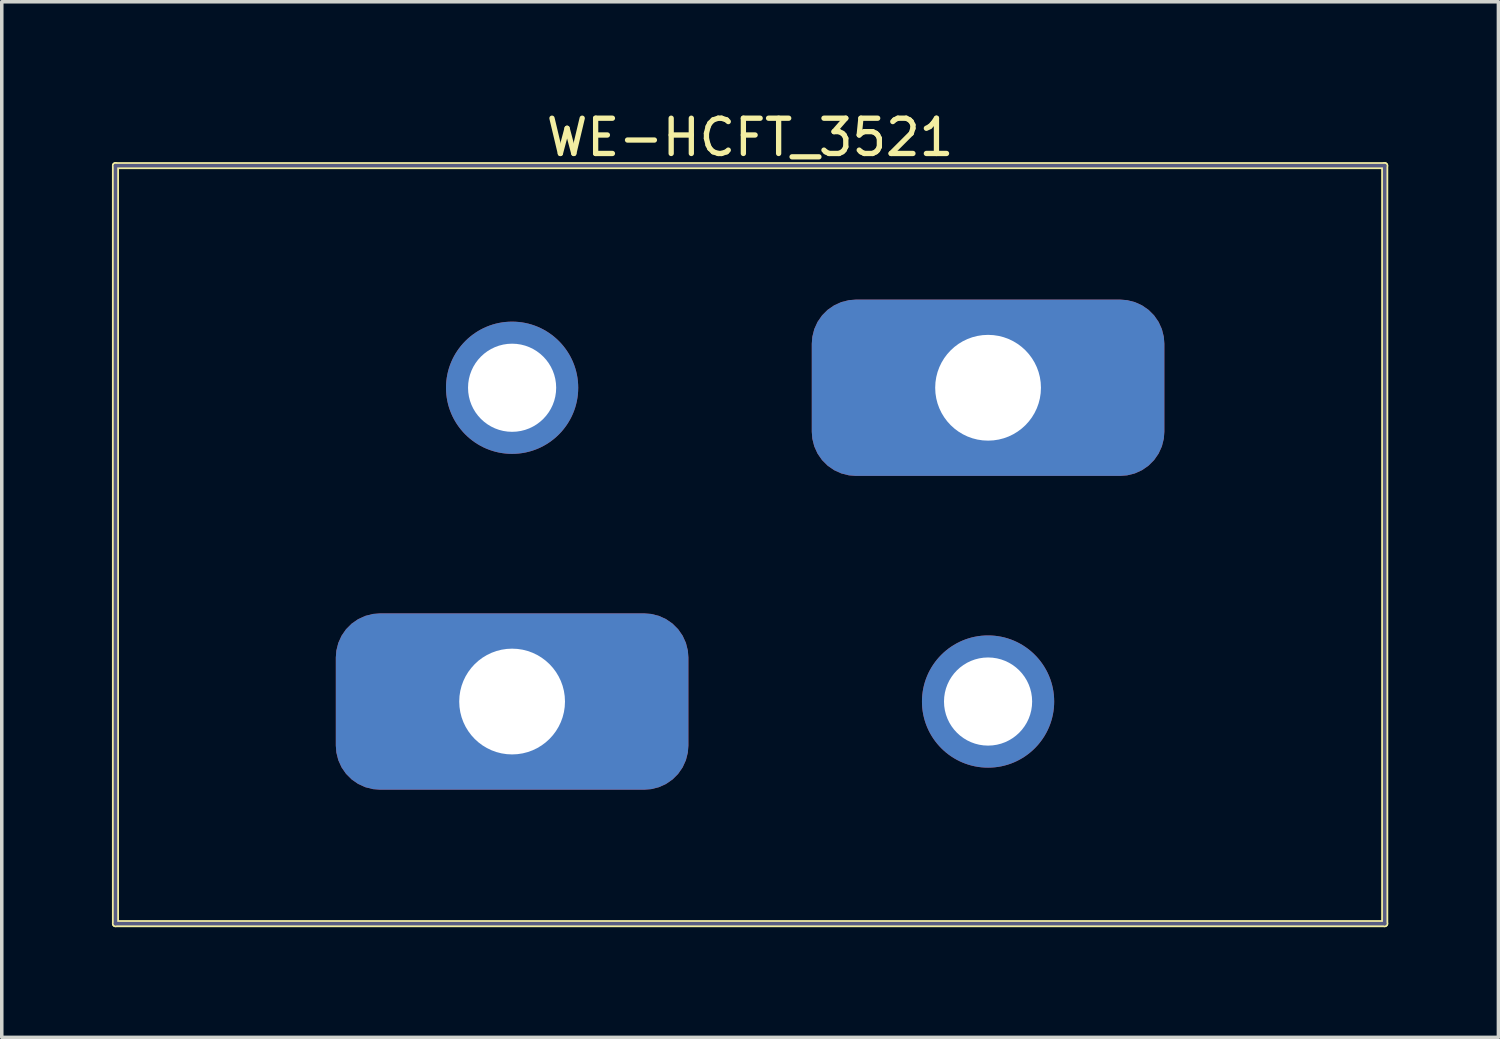
<source format=kicad_pcb>
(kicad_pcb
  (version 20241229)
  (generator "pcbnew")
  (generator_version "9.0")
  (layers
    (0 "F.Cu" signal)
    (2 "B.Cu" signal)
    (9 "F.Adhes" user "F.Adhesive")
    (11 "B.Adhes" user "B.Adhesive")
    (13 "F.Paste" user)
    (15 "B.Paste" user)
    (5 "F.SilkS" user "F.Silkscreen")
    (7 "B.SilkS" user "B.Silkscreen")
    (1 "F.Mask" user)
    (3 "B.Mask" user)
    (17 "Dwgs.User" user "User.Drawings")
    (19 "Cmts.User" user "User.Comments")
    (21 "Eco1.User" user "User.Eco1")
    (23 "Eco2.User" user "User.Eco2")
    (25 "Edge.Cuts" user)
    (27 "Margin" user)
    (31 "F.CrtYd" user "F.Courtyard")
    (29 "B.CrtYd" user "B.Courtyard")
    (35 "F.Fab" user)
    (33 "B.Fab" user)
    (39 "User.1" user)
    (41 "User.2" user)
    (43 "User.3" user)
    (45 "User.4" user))
  (footprint "WE-HCFT_3521"
    (layer "F.Cu")
    (at 18.225 12.398)
    (property "Reference" "WE-HCFT_3521" (at 0 -11.55 0) (layer "F.SilkS") (effects (font (size 1 1) (thickness 0.15))))
    (fp_line (start -18 -10.75) (end 18 -10.75) (stroke (width 0.2) (type solid)) (layer "F.SilkS"))
    (fp_line (start -18 10.75) (end -18 -10.75) (stroke (width 0.2) (type solid)) (layer "F.SilkS"))
    (fp_line (start -18 10.75) (end 18 10.75) (stroke (width 0.2) (type solid)) (layer "F.SilkS"))
    (fp_line (start 18 10.75) (end 18 -10.75) (stroke (width 0.2) (type solid)) (layer "F.SilkS"))
    (fp_line (start -18.2 -10.95) (end 18.2 -10.95) (stroke (width 0.05) (type solid)) (layer "Eco2.User"))
    (fp_line (start -18.2 10.95) (end -18.2 -10.95) (stroke (width 0.05) (type solid)) (layer "Eco2.User"))
    (fp_line (start -18.2 10.95) (end 18.2 10.95) (stroke (width 0.05) (type solid)) (layer "Eco2.User"))
    (fp_line (start -18 -10.75) (end 18 -10.75) (stroke (width 0.1) (type solid)) (layer "Eco2.User"))
    (fp_line (start -18 10.75) (end -18 -10.75) (stroke (width 0.1) (type solid)) (layer "Eco2.User"))
    (fp_line (start -18 10.75) (end 18 10.75) (stroke (width 0.1) (type solid)) (layer "Eco2.User"))
    (fp_line (start -0.5 0) (end 0.5 0) (stroke (width 0.05) (type solid)) (layer "Eco2.User"))
    (fp_line (start 0 0.5) (end 0 -0.5) (stroke (width 0.05) (type solid)) (layer "Eco2.User"))
    (fp_line (start 18 10.75) (end 18 -10.75) (stroke (width 0.1) (type solid)) (layer "Eco2.User"))
    (fp_line (start 18.2 10.95) (end 18.2 -10.95) (stroke (width 0.05) (type solid)) (layer "Eco2.User"))
    (fp_line (start -18 -10.75) (end 18 -10.75) (stroke (width 0.1) (type solid)) (layer "B.Fab"))
    (fp_line (start -18 10.75) (end -18 -10.75) (stroke (width 0.1) (type solid)) (layer "B.Fab"))
    (fp_line (start -18 10.75) (end 18 10.75) (stroke (width 0.1) (type solid)) (layer "B.Fab"))
    (fp_line (start 18 10.75) (end 18 -10.75) (stroke (width 0.1) (type solid)) (layer "B.Fab"))
    (fp_text user "${REFERENCE}" (at 0.15 -0.197 0) (unlocked yes) (layer "User.3") (effects (font (size 1.5 1.5) (thickness 0.15))))
    (pad "1" thru_hole roundrect (at -6.75 4.45) (size 10 5) (drill 3) (layers "*.Cu" "*.Mask") (roundrect_rratio 0.25))
    (pad "2" thru_hole roundrect (at 6.75 -4.45) (size 10 5) (drill 3) (layers "*.Cu" "*.Mask") (roundrect_rratio 0.25))
    (pad "MH1" thru_hole circle (at -6.75 -4.45) (size 3.75 3.75) (drill 2.5) (layers "*.Cu" "*.Mask"))
    (pad "MH2" thru_hole circle (at 6.75 4.45) (size 3.75 3.75) (drill 2.5) (layers "*.Cu" "*.Mask")))
  (gr_rect
    (start -3 -3)
    (end 39.45 26.373)
    (stroke (width 0.1) (type default))
    (fill no)
    (layer "Edge.Cuts")))
</source>
